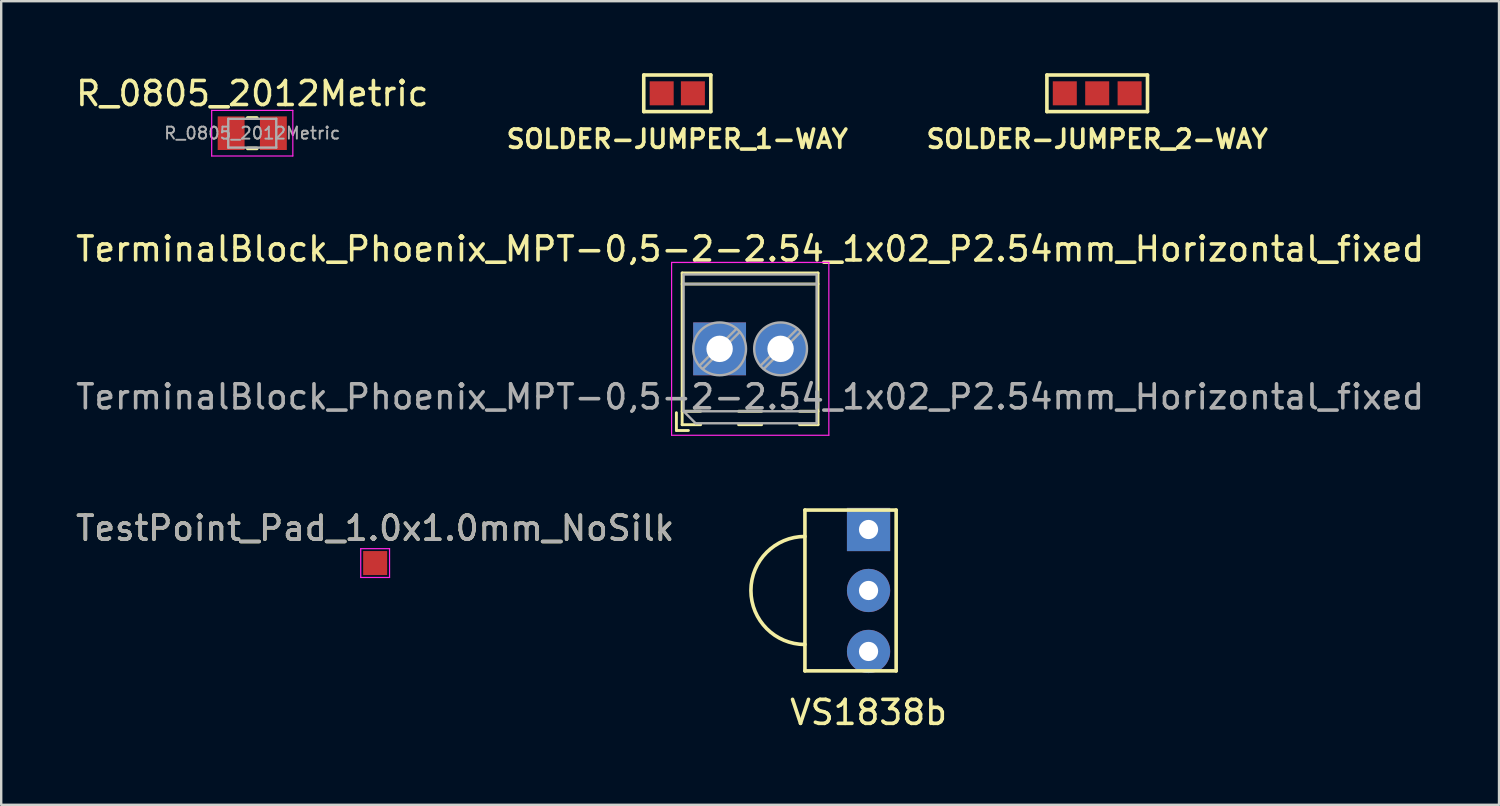
<source format=kicad_pcb>
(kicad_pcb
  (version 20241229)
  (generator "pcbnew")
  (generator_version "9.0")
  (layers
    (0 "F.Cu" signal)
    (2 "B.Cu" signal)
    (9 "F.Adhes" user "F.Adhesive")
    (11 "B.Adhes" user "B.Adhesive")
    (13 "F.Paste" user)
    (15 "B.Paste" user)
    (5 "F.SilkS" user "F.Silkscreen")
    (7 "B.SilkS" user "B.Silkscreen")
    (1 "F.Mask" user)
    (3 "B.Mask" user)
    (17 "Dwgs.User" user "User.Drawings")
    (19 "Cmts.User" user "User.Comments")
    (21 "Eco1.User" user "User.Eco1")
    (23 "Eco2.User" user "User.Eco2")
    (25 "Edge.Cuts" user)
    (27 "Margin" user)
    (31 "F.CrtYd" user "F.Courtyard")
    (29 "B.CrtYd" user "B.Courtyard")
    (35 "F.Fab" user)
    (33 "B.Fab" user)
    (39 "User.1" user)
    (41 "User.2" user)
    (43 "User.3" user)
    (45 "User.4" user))
  (footprint "TerminalBlock_Phoenix_MPT-0,5-2-2.54_1x02_P2.54mm_Horizontal_fixed"
    (layer "F.Cu")
    (at 26.926 11.482)
    (property "Reference" "TerminalBlock_Phoenix_MPT-0,5-2-2.54_1x02_P2.54mm_Horizontal_fixed" (at 1.27 -4.16 0) (layer "F.SilkS") (effects (font (size 1 1) (thickness 0.15))))
    (attr through_hole)
    (fp_line (start -1.8 2.66) (end -1.8 3.4) (stroke (width 0.12) (type solid)) (layer "F.SilkS"))
    (fp_line (start -1.8 3.4) (end -1.3 3.4) (stroke (width 0.12) (type solid)) (layer "F.SilkS"))
    (fp_line (start -1.56 -3.16) (end -1.56 3.16) (stroke (width 0.12) (type solid)) (layer "F.SilkS"))
    (fp_line (start -1.56 -3.16) (end 4.1 -3.16) (stroke (width 0.12) (type solid)) (layer "F.SilkS"))
    (fp_line (start -1.56 -2.7) (end 4.1 -2.7) (stroke (width 0.12) (type solid)) (layer "F.SilkS"))
    (fp_line (start -1.56 2.6) (end -0.79 2.6) (stroke (width 0.12) (type solid)) (layer "F.SilkS"))
    (fp_line (start -1.56 3.16) (end -0.79 3.16) (stroke (width 0.12) (type solid)) (layer "F.SilkS"))
    (fp_line (start 0.79 2.6) (end 1.75 2.6) (stroke (width 0.12) (type solid)) (layer "F.SilkS"))
    (fp_line (start 0.79 3.16) (end 1.75 3.16) (stroke (width 0.12) (type solid)) (layer "F.SilkS"))
    (fp_line (start 3.33 2.6) (end 4.1 2.6) (stroke (width 0.12) (type solid)) (layer "F.SilkS"))
    (fp_line (start 3.33 3.16) (end 4.1 3.16) (stroke (width 0.12) (type solid)) (layer "F.SilkS"))
    (fp_line (start 4.1 -3.16) (end 4.1 3.16) (stroke (width 0.12) (type solid)) (layer "F.SilkS"))
    (fp_line (start -2 -3.6) (end -2 3.6) (stroke (width 0.05) (type solid)) (layer "F.CrtYd"))
    (fp_line (start -2 3.6) (end 4.55 3.6) (stroke (width 0.05) (type solid)) (layer "F.CrtYd"))
    (fp_line (start 4.55 -3.6) (end -2 -3.6) (stroke (width 0.05) (type solid)) (layer "F.CrtYd"))
    (fp_line (start 4.55 3.6) (end 4.55 -3.6) (stroke (width 0.05) (type solid)) (layer "F.CrtYd"))
    (fp_line (start -1.5 -3.1) (end 4.04 -3.1) (stroke (width 0.1) (type solid)) (layer "F.Fab"))
    (fp_line (start -1.5 -2.7) (end 4.04 -2.7) (stroke (width 0.1) (type solid)) (layer "F.Fab"))
    (fp_line (start -1.5 2.6) (end -1.5 -3.1) (stroke (width 0.1) (type solid)) (layer "F.Fab"))
    (fp_line (start -1.5 2.6) (end 4.04 2.6) (stroke (width 0.1) (type solid)) (layer "F.Fab"))
    (fp_line (start -1 3.1) (end -1.5 2.6) (stroke (width 0.1) (type solid)) (layer "F.Fab"))
    (fp_line (start 0.701 -0.835) (end -0.835 0.7) (stroke (width 0.1) (type solid)) (layer "F.Fab"))
    (fp_line (start 0.835 -0.7) (end -0.701 0.835) (stroke (width 0.1) (type solid)) (layer "F.Fab"))
    (fp_line (start 3.241 -0.835) (end 1.706 0.7) (stroke (width 0.1) (type solid)) (layer "F.Fab"))
    (fp_line (start 3.375 -0.7) (end 1.84 0.835) (stroke (width 0.1) (type solid)) (layer "F.Fab"))
    (fp_line (start 4.04 -3.1) (end 4.04 3.1) (stroke (width 0.1) (type solid)) (layer "F.Fab"))
    (fp_line (start 4.04 3.1) (end -1 3.1) (stroke (width 0.1) (type solid)) (layer "F.Fab"))
    (fp_circle (center 0 0) (end 1.1 0) (stroke (width 0.1) (type solid)) (fill no) (layer "F.Fab"))
    (fp_circle (center 2.54 0) (end 3.64 0) (stroke (width 0.1) (type solid)) (fill no) (layer "F.Fab"))
    (fp_text user "${REFERENCE}" (at 1.27 2 0) (layer "F.Fab") (effects (font (size 1 1) (thickness 0.15))))
    (pad "1" thru_hole rect (at 0 0) (size 2.2 2.2) (drill 1.1) (layers "*.Cu" "*.Mask"))
    (pad "2" thru_hole circle (at 2.54 0) (size 2.2 2.2) (drill 1.1) (layers "*.Cu" "*.Mask")))
  (footprint "TestPoint_Pad_1.0x1.0mm_NoSilk"
    (layer "F.Cu")
    (at 12.577 20.405)
    (property "Reference" "TestPoint_Pad_1.0x1.0mm_NoSilk" (at 0 -1.448 0) (layer "F.SilkS") (effects (font (size 1 1) (thickness 0.15))))
    (attr exclude_from_pos_files exclude_from_bom)
    (fp_line (start -0.6 -0.6) (end -0.6 0.6) (stroke (width 0.05) (type solid)) (layer "F.CrtYd"))
    (fp_line (start -0.6 -0.6) (end 0.6 -0.6) (stroke (width 0.05) (type solid)) (layer "F.CrtYd"))
    (fp_line (start 0.6 0.6) (end -0.6 0.6) (stroke (width 0.05) (type solid)) (layer "F.CrtYd"))
    (fp_line (start 0.6 0.6) (end 0.6 -0.6) (stroke (width 0.05) (type solid)) (layer "F.CrtYd"))
    (fp_text user "${REFERENCE}" (at 0 -1.45 0) (layer "F.Fab") (effects (font (size 1 1) (thickness 0.15))))
    (pad "1" smd rect (at 0 0) (size 1 1) (layers "F.Cu" "F.Mask")))
  (footprint "VS1838b"
    (layer "F.Cu")
    (at 33.13 21.547)
    (property "Reference" "VS1838b" (at 0 5.08 0) (layer "F.SilkS") (effects (font (size 1 1) (thickness 0.15))))
    (attr through_hole)
    (fp_line (start -2.65 -3.35) (end -2.65 3.35) (stroke (width 0.15) (type solid)) (layer "F.SilkS"))
    (fp_line (start 1.15 -3.35) (end -2.65 -3.35) (stroke (width 0.15) (type solid)) (layer "F.SilkS"))
    (fp_line (start 1.15 -3.35) (end 1.15 3.35) (stroke (width 0.15) (type solid)) (layer "F.SilkS"))
    (fp_line (start 1.15 3.35) (end -2.65 3.35) (stroke (width 0.15) (type solid)) (layer "F.SilkS"))
    (fp_arc (start -2.65 2.25) (mid -4.9 0) (end -2.65 -2.25) (stroke (width 0.15) (type solid)) (layer "F.SilkS"))
    (pad "1" thru_hole rect (at 0 -2.54) (size 1.8 1.8) (drill 0.8) (layers "*.Cu" "*.Mask"))
    (pad "2" thru_hole circle (at 0 0) (size 1.8 1.8) (drill 0.8) (layers "*.Cu" "*.Mask"))
    (pad "3" thru_hole circle (at 0 2.54) (size 1.8 1.8) (drill 0.8) (layers "*.Cu" "*.Mask")))
  (footprint "R_0805_2012Metric"
    (layer "F.Cu")
    (at 7.458 2.498)
    (property "Reference" "R_0805_2012Metric" (at 0 -1.65 0) (layer "F.SilkS") (effects (font (size 1 1) (thickness 0.15))))
    (attr smd)
    (fp_line (start -0.191 -0.635) (end 0.191 -0.635) (stroke (width 0.15) (type solid)) (layer "F.SilkS"))
    (fp_line (start -0.191 0.635) (end 0.191 0.635) (stroke (width 0.15) (type solid)) (layer "F.SilkS"))
    (fp_line (start -1.69 -0.95) (end 1.69 -0.95) (stroke (width 0.05) (type solid)) (layer "F.CrtYd"))
    (fp_line (start -1.69 0.95) (end -1.69 -0.95) (stroke (width 0.05) (type solid)) (layer "F.CrtYd"))
    (fp_line (start 1.69 -0.95) (end 1.69 0.95) (stroke (width 0.05) (type solid)) (layer "F.CrtYd"))
    (fp_line (start 1.69 0.95) (end -1.69 0.95) (stroke (width 0.05) (type solid)) (layer "F.CrtYd"))
    (fp_line (start -1 -0.6) (end 1 -0.6) (stroke (width 0.1) (type solid)) (layer "F.Fab"))
    (fp_line (start -1 0.6) (end -1 -0.6) (stroke (width 0.1) (type solid)) (layer "F.Fab"))
    (fp_line (start 1 -0.6) (end 1 0.6) (stroke (width 0.1) (type solid)) (layer "F.Fab"))
    (fp_line (start 1 0.6) (end -1 0.6) (stroke (width 0.1) (type solid)) (layer "F.Fab"))
    (fp_text user "${REFERENCE}" (at 0 0 0) (layer "F.Fab") (effects (font (size 0.5 0.5) (thickness 0.08))))
    (pad "1" smd rect (at -0.88 0) (size 1.12 1.4) (layers "F.Cu" "F.Mask" "F.Paste"))
    (pad "2" smd rect (at 0.88 0) (size 1.12 1.4) (layers "F.Cu" "F.Mask" "F.Paste")))
  (footprint "SOLDER-JUMPER_2-WAY"
    (layer "F.Cu")
    (at 42.655 0.837)
    (property "Reference" "SOLDER-JUMPER_2-WAY" (at 0 1.905 0) (layer "F.SilkS") (effects (font (size 0.762 0.762) (thickness 0.152))))
    (attr through_hole)
    (fp_line (start -2.095 -0.762) (end 2.095 -0.762) (stroke (width 0.15) (type solid)) (layer "F.SilkS"))
    (fp_line (start -2.095 0.762) (end -2.095 -0.762) (stroke (width 0.15) (type solid)) (layer "F.SilkS"))
    (fp_line (start 2.095 -0.762) (end 2.095 0.762) (stroke (width 0.15) (type solid)) (layer "F.SilkS"))
    (fp_line (start 2.095 0.762) (end -2.095 0.762) (stroke (width 0.15) (type solid)) (layer "F.SilkS"))
    (pad "1" smd rect (at -1.35 0) (size 1 1) (layers "F.Cu" "F.Mask" "F.Paste"))
    (pad "2" smd rect (at 0 0) (size 1 1) (layers "F.Cu" "F.Mask" "F.Paste"))
    (pad "3" smd rect (at 1.35 0) (size 1 1) (layers "F.Cu" "F.Mask" "F.Paste")))
  (footprint "SOLDER-JUMPER_1-WAY"
    (layer "F.Cu")
    (at 25.163 0.837)
    (property "Reference" "SOLDER-JUMPER_1-WAY" (at 0 1.905 0) (layer "F.SilkS") (effects (font (size 0.762 0.762) (thickness 0.152))))
    (attr through_hole)
    (fp_line (start -1.397 -0.762) (end 1.397 -0.762) (stroke (width 0.15) (type solid)) (layer "F.SilkS"))
    (fp_line (start -1.397 0.762) (end -1.397 -0.762) (stroke (width 0.15) (type solid)) (layer "F.SilkS"))
    (fp_line (start 1.397 -0.762) (end 1.397 0.762) (stroke (width 0.15) (type solid)) (layer "F.SilkS"))
    (fp_line (start 1.397 0.762) (end -1.397 0.762) (stroke (width 0.15) (type solid)) (layer "F.SilkS"))
    (pad "1" smd rect (at -0.65 0) (size 1 1) (layers "F.Cu" "F.Mask" "F.Paste"))
    (pad "2" smd rect (at 0.65 0) (size 1 1) (layers "F.Cu" "F.Mask" "F.Paste")))
  (gr_rect
    (start -3 -3)
    (end 59.393 30.475)
    (stroke (width 0.1) (type default))
    (fill no)
    (layer "Edge.Cuts")))
</source>
